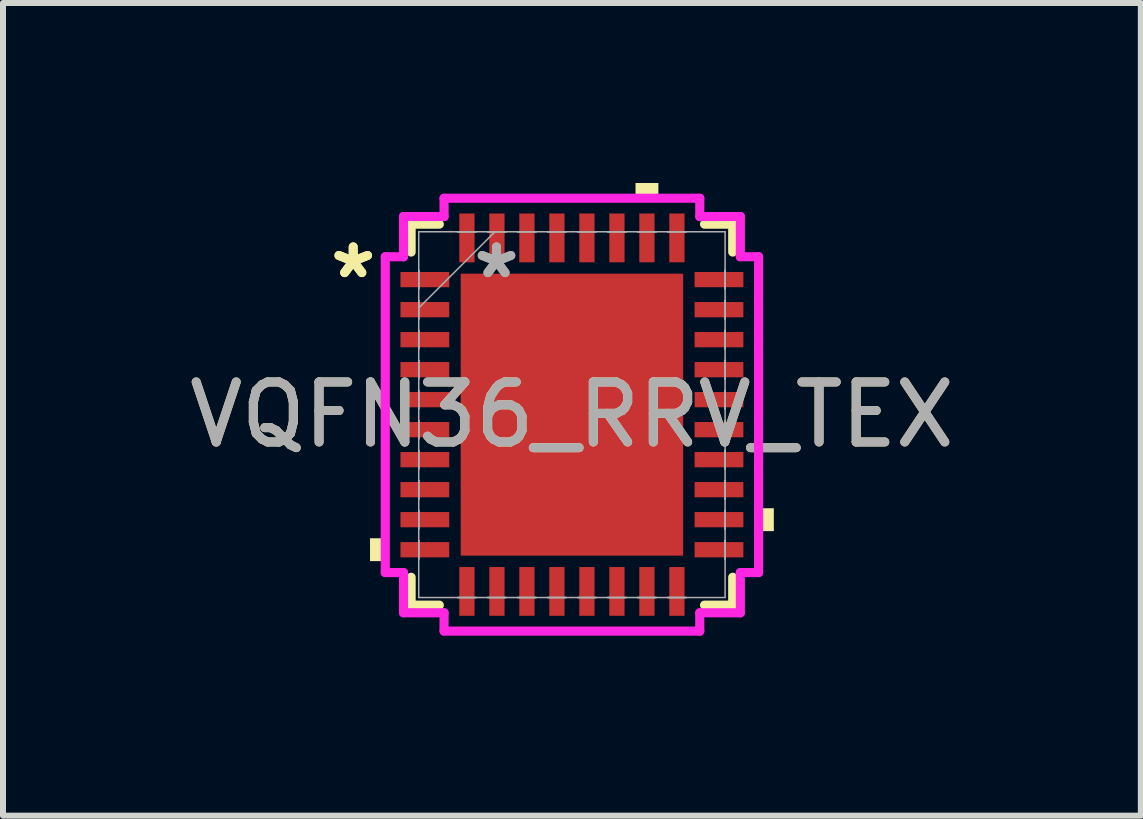
<source format=kicad_pcb>
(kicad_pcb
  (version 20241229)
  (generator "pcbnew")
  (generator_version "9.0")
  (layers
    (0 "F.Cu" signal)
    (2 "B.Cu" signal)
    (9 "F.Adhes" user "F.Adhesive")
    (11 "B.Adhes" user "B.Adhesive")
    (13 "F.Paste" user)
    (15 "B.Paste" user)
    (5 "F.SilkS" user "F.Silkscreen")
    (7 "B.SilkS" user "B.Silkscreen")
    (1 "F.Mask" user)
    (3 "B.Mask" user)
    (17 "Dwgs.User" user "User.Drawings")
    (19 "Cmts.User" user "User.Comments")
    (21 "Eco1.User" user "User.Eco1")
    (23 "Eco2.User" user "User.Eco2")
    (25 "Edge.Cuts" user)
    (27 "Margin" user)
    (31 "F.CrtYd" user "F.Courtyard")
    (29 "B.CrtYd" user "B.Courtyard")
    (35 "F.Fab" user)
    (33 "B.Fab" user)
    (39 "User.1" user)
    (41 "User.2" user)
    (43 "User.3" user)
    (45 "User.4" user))
  (footprint "VQFN36_RRV_TEX"
    (layer "F.Cu")
    (at 6.482 3.861)
    (property "Reference" "VQFN36_RRV_TEX" (at 0 0 0) (unlocked yes) (layer "F.SilkS") (effects (font (size 1 1) (thickness 0.15))))
    (attr smd)
    (fp_line (start -2.68 -3.175) (end -2.68 -2.71) (stroke (width 0.152) (type solid)) (layer "F.SilkS"))
    (fp_line (start -2.68 2.71) (end -2.68 3.175) (stroke (width 0.152) (type solid)) (layer "F.SilkS"))
    (fp_line (start -2.68 3.175) (end -2.21 3.175) (stroke (width 0.152) (type solid)) (layer "F.SilkS"))
    (fp_line (start -2.21 -3.175) (end -2.68 -3.175) (stroke (width 0.152) (type solid)) (layer "F.SilkS"))
    (fp_line (start 2.21 3.175) (end 2.68 3.175) (stroke (width 0.152) (type solid)) (layer "F.SilkS"))
    (fp_line (start 2.68 -3.175) (end 2.21 -3.175) (stroke (width 0.152) (type solid)) (layer "F.SilkS"))
    (fp_line (start 2.68 -2.71) (end 2.68 -3.175) (stroke (width 0.152) (type solid)) (layer "F.SilkS"))
    (fp_line (start 2.68 3.175) (end 2.68 2.71) (stroke (width 0.152) (type solid)) (layer "F.SilkS"))
    (fp_poly (pts (xy -3.365 2.06) (xy -3.365 2.441) (xy -3.111 2.441) (xy -3.111 2.06)) (stroke (width 0) (type solid)) (fill yes) (layer "F.SilkS"))
    (fp_poly (pts (xy 1.06 -3.607) (xy 1.06 -3.861) (xy 1.441 -3.861) (xy 1.441 -3.607)) (stroke (width 0) (type solid)) (fill yes) (layer "F.SilkS"))
    (fp_poly (pts (xy 3.365 1.56) (xy 3.365 1.941) (xy 3.111 1.941) (xy 3.111 1.56)) (stroke (width 0) (type solid)) (fill yes) (layer "F.SilkS"))
    (fp_line (start -3.111 -2.632) (end -2.807 -2.632) (stroke (width 0.152) (type solid)) (layer "F.CrtYd"))
    (fp_line (start -3.111 2.632) (end -3.111 -2.632) (stroke (width 0.152) (type solid)) (layer "F.CrtYd"))
    (fp_line (start -2.807 -3.302) (end -2.131 -3.302) (stroke (width 0.152) (type solid)) (layer "F.CrtYd"))
    (fp_line (start -2.807 -2.632) (end -2.807 -3.302) (stroke (width 0.152) (type solid)) (layer "F.CrtYd"))
    (fp_line (start -2.807 2.632) (end -3.111 2.632) (stroke (width 0.152) (type solid)) (layer "F.CrtYd"))
    (fp_line (start -2.807 3.302) (end -2.807 2.632) (stroke (width 0.152) (type solid)) (layer "F.CrtYd"))
    (fp_line (start -2.131 -3.607) (end 2.131 -3.607) (stroke (width 0.152) (type solid)) (layer "F.CrtYd"))
    (fp_line (start -2.131 -3.302) (end -2.131 -3.607) (stroke (width 0.152) (type solid)) (layer "F.CrtYd"))
    (fp_line (start -2.131 3.302) (end -2.807 3.302) (stroke (width 0.152) (type solid)) (layer "F.CrtYd"))
    (fp_line (start -2.131 3.607) (end -2.131 3.302) (stroke (width 0.152) (type solid)) (layer "F.CrtYd"))
    (fp_line (start 2.131 -3.607) (end 2.131 -3.302) (stroke (width 0.152) (type solid)) (layer "F.CrtYd"))
    (fp_line (start 2.131 -3.302) (end 2.807 -3.302) (stroke (width 0.152) (type solid)) (layer "F.CrtYd"))
    (fp_line (start 2.131 3.302) (end 2.131 3.607) (stroke (width 0.152) (type solid)) (layer "F.CrtYd"))
    (fp_line (start 2.131 3.607) (end -2.131 3.607) (stroke (width 0.152) (type solid)) (layer "F.CrtYd"))
    (fp_line (start 2.807 -3.302) (end 2.807 -2.632) (stroke (width 0.152) (type solid)) (layer "F.CrtYd"))
    (fp_line (start 2.807 -2.632) (end 3.111 -2.632) (stroke (width 0.152) (type solid)) (layer "F.CrtYd"))
    (fp_line (start 2.807 2.632) (end 2.807 3.302) (stroke (width 0.152) (type solid)) (layer "F.CrtYd"))
    (fp_line (start 2.807 3.302) (end 2.131 3.302) (stroke (width 0.152) (type solid)) (layer "F.CrtYd"))
    (fp_line (start 3.111 -2.632) (end 3.111 2.632) (stroke (width 0.152) (type solid)) (layer "F.CrtYd"))
    (fp_line (start 3.111 2.632) (end 2.807 2.632) (stroke (width 0.152) (type solid)) (layer "F.CrtYd"))
    (fp_line (start -2.553 -3.048) (end -2.553 3.048) (stroke (width 0.025) (type solid)) (layer "F.Fab"))
    (fp_line (start -2.553 -2.403) (end -2.553 -2.403) (stroke (width 0.025) (type solid)) (layer "F.Fab"))
    (fp_line (start -2.553 -2.403) (end -2.553 -2.098) (stroke (width 0.025) (type solid)) (layer "F.Fab"))
    (fp_line (start -2.553 -2.098) (end -2.553 -2.403) (stroke (width 0.025) (type solid)) (layer "F.Fab"))
    (fp_line (start -2.553 -2.098) (end -2.553 -2.098) (stroke (width 0.025) (type solid)) (layer "F.Fab"))
    (fp_line (start -2.553 -1.903) (end -2.553 -1.903) (stroke (width 0.025) (type solid)) (layer "F.Fab"))
    (fp_line (start -2.553 -1.903) (end -2.553 -1.598) (stroke (width 0.025) (type solid)) (layer "F.Fab"))
    (fp_line (start -2.553 -1.778) (end -1.283 -3.048) (stroke (width 0.025) (type solid)) (layer "F.Fab"))
    (fp_line (start -2.553 -1.598) (end -2.553 -1.903) (stroke (width 0.025) (type solid)) (layer "F.Fab"))
    (fp_line (start -2.553 -1.598) (end -2.553 -1.598) (stroke (width 0.025) (type solid)) (layer "F.Fab"))
    (fp_line (start -2.553 -1.403) (end -2.553 -1.403) (stroke (width 0.025) (type solid)) (layer "F.Fab"))
    (fp_line (start -2.553 -1.403) (end -2.553 -1.098) (stroke (width 0.025) (type solid)) (layer "F.Fab"))
    (fp_line (start -2.553 -1.098) (end -2.553 -1.403) (stroke (width 0.025) (type solid)) (layer "F.Fab"))
    (fp_line (start -2.553 -1.098) (end -2.553 -1.098) (stroke (width 0.025) (type solid)) (layer "F.Fab"))
    (fp_line (start -2.553 -0.903) (end -2.553 -0.903) (stroke (width 0.025) (type solid)) (layer "F.Fab"))
    (fp_line (start -2.553 -0.903) (end -2.553 -0.598) (stroke (width 0.025) (type solid)) (layer "F.Fab"))
    (fp_line (start -2.553 -0.598) (end -2.553 -0.903) (stroke (width 0.025) (type solid)) (layer "F.Fab"))
    (fp_line (start -2.553 -0.598) (end -2.553 -0.598) (stroke (width 0.025) (type solid)) (layer "F.Fab"))
    (fp_line (start -2.553 -0.402) (end -2.553 -0.402) (stroke (width 0.025) (type solid)) (layer "F.Fab"))
    (fp_line (start -2.553 -0.402) (end -2.553 -0.098) (stroke (width 0.025) (type solid)) (layer "F.Fab"))
    (fp_line (start -2.553 -0.098) (end -2.553 -0.402) (stroke (width 0.025) (type solid)) (layer "F.Fab"))
    (fp_line (start -2.553 -0.098) (end -2.553 -0.098) (stroke (width 0.025) (type solid)) (layer "F.Fab"))
    (fp_line (start -2.553 0.098) (end -2.553 0.098) (stroke (width 0.025) (type solid)) (layer "F.Fab"))
    (fp_line (start -2.553 0.098) (end -2.553 0.402) (stroke (width 0.025) (type solid)) (layer "F.Fab"))
    (fp_line (start -2.553 0.402) (end -2.553 0.098) (stroke (width 0.025) (type solid)) (layer "F.Fab"))
    (fp_line (start -2.553 0.402) (end -2.553 0.402) (stroke (width 0.025) (type solid)) (layer "F.Fab"))
    (fp_line (start -2.553 0.598) (end -2.553 0.598) (stroke (width 0.025) (type solid)) (layer "F.Fab"))
    (fp_line (start -2.553 0.598) (end -2.553 0.903) (stroke (width 0.025) (type solid)) (layer "F.Fab"))
    (fp_line (start -2.553 0.903) (end -2.553 0.598) (stroke (width 0.025) (type solid)) (layer "F.Fab"))
    (fp_line (start -2.553 0.903) (end -2.553 0.903) (stroke (width 0.025) (type solid)) (layer "F.Fab"))
    (fp_line (start -2.553 1.098) (end -2.553 1.098) (stroke (width 0.025) (type solid)) (layer "F.Fab"))
    (fp_line (start -2.553 1.098) (end -2.553 1.403) (stroke (width 0.025) (type solid)) (layer "F.Fab"))
    (fp_line (start -2.553 1.403) (end -2.553 1.098) (stroke (width 0.025) (type solid)) (layer "F.Fab"))
    (fp_line (start -2.553 1.403) (end -2.553 1.403) (stroke (width 0.025) (type solid)) (layer "F.Fab"))
    (fp_line (start -2.553 1.598) (end -2.553 1.598) (stroke (width 0.025) (type solid)) (layer "F.Fab"))
    (fp_line (start -2.553 1.598) (end -2.553 1.903) (stroke (width 0.025) (type solid)) (layer "F.Fab"))
    (fp_line (start -2.553 1.903) (end -2.553 1.598) (stroke (width 0.025) (type solid)) (layer "F.Fab"))
    (fp_line (start -2.553 1.903) (end -2.553 1.903) (stroke (width 0.025) (type solid)) (layer "F.Fab"))
    (fp_line (start -2.553 2.098) (end -2.553 2.098) (stroke (width 0.025) (type solid)) (layer "F.Fab"))
    (fp_line (start -2.553 2.098) (end -2.553 2.403) (stroke (width 0.025) (type solid)) (layer "F.Fab"))
    (fp_line (start -2.553 2.403) (end -2.553 2.098) (stroke (width 0.025) (type solid)) (layer "F.Fab"))
    (fp_line (start -2.553 2.403) (end -2.553 2.403) (stroke (width 0.025) (type solid)) (layer "F.Fab"))
    (fp_line (start -2.553 3.048) (end 2.553 3.048) (stroke (width 0.025) (type solid)) (layer "F.Fab"))
    (fp_line (start -1.903 -3.048) (end -1.903 -3.048) (stroke (width 0.025) (type solid)) (layer "F.Fab"))
    (fp_line (start -1.903 -3.048) (end -1.598 -3.048) (stroke (width 0.025) (type solid)) (layer "F.Fab"))
    (fp_line (start -1.903 3.048) (end -1.903 3.048) (stroke (width 0.025) (type solid)) (layer "F.Fab"))
    (fp_line (start -1.903 3.048) (end -1.598 3.048) (stroke (width 0.025) (type solid)) (layer "F.Fab"))
    (fp_line (start -1.598 -3.048) (end -1.903 -3.048) (stroke (width 0.025) (type solid)) (layer "F.Fab"))
    (fp_line (start -1.598 -3.048) (end -1.598 -3.048) (stroke (width 0.025) (type solid)) (layer "F.Fab"))
    (fp_line (start -1.598 3.048) (end -1.903 3.048) (stroke (width 0.025) (type solid)) (layer "F.Fab"))
    (fp_line (start -1.598 3.048) (end -1.598 3.048) (stroke (width 0.025) (type solid)) (layer "F.Fab"))
    (fp_line (start -1.403 -3.048) (end -1.403 -3.048) (stroke (width 0.025) (type solid)) (layer "F.Fab"))
    (fp_line (start -1.403 -3.048) (end -1.098 -3.048) (stroke (width 0.025) (type solid)) (layer "F.Fab"))
    (fp_line (start -1.403 3.048) (end -1.403 3.048) (stroke (width 0.025) (type solid)) (layer "F.Fab"))
    (fp_line (start -1.403 3.048) (end -1.098 3.048) (stroke (width 0.025) (type solid)) (layer "F.Fab"))
    (fp_line (start -1.098 -3.048) (end -1.403 -3.048) (stroke (width 0.025) (type solid)) (layer "F.Fab"))
    (fp_line (start -1.098 -3.048) (end -1.098 -3.048) (stroke (width 0.025) (type solid)) (layer "F.Fab"))
    (fp_line (start -1.098 3.048) (end -1.403 3.048) (stroke (width 0.025) (type solid)) (layer "F.Fab"))
    (fp_line (start -1.098 3.048) (end -1.098 3.048) (stroke (width 0.025) (type solid)) (layer "F.Fab"))
    (fp_line (start -0.903 -3.048) (end -0.903 -3.048) (stroke (width 0.025) (type solid)) (layer "F.Fab"))
    (fp_line (start -0.903 -3.048) (end -0.598 -3.048) (stroke (width 0.025) (type solid)) (layer "F.Fab"))
    (fp_line (start -0.903 3.048) (end -0.903 3.048) (stroke (width 0.025) (type solid)) (layer "F.Fab"))
    (fp_line (start -0.903 3.048) (end -0.598 3.048) (stroke (width 0.025) (type solid)) (layer "F.Fab"))
    (fp_line (start -0.598 -3.048) (end -0.903 -3.048) (stroke (width 0.025) (type solid)) (layer "F.Fab"))
    (fp_line (start -0.598 -3.048) (end -0.598 -3.048) (stroke (width 0.025) (type solid)) (layer "F.Fab"))
    (fp_line (start -0.598 3.048) (end -0.903 3.048) (stroke (width 0.025) (type solid)) (layer "F.Fab"))
    (fp_line (start -0.598 3.048) (end -0.598 3.048) (stroke (width 0.025) (type solid)) (layer "F.Fab"))
    (fp_line (start -0.402 -3.048) (end -0.402 -3.048) (stroke (width 0.025) (type solid)) (layer "F.Fab"))
    (fp_line (start -0.402 -3.048) (end -0.098 -3.048) (stroke (width 0.025) (type solid)) (layer "F.Fab"))
    (fp_line (start -0.402 3.048) (end -0.402 3.048) (stroke (width 0.025) (type solid)) (layer "F.Fab"))
    (fp_line (start -0.402 3.048) (end -0.098 3.048) (stroke (width 0.025) (type solid)) (layer "F.Fab"))
    (fp_line (start -0.098 -3.048) (end -0.402 -3.048) (stroke (width 0.025) (type solid)) (layer "F.Fab"))
    (fp_line (start -0.098 -3.048) (end -0.098 -3.048) (stroke (width 0.025) (type solid)) (layer "F.Fab"))
    (fp_line (start -0.098 3.048) (end -0.402 3.048) (stroke (width 0.025) (type solid)) (layer "F.Fab"))
    (fp_line (start -0.098 3.048) (end -0.098 3.048) (stroke (width 0.025) (type solid)) (layer "F.Fab"))
    (fp_line (start 0.098 -3.048) (end 0.098 -3.048) (stroke (width 0.025) (type solid)) (layer "F.Fab"))
    (fp_line (start 0.098 -3.048) (end 0.402 -3.048) (stroke (width 0.025) (type solid)) (layer "F.Fab"))
    (fp_line (start 0.098 3.048) (end 0.098 3.048) (stroke (width 0.025) (type solid)) (layer "F.Fab"))
    (fp_line (start 0.098 3.048) (end 0.402 3.048) (stroke (width 0.025) (type solid)) (layer "F.Fab"))
    (fp_line (start 0.402 -3.048) (end 0.098 -3.048) (stroke (width 0.025) (type solid)) (layer "F.Fab"))
    (fp_line (start 0.402 -3.048) (end 0.402 -3.048) (stroke (width 0.025) (type solid)) (layer "F.Fab"))
    (fp_line (start 0.402 3.048) (end 0.098 3.048) (stroke (width 0.025) (type solid)) (layer "F.Fab"))
    (fp_line (start 0.402 3.048) (end 0.402 3.048) (stroke (width 0.025) (type solid)) (layer "F.Fab"))
    (fp_line (start 0.598 -3.048) (end 0.598 -3.048) (stroke (width 0.025) (type solid)) (layer "F.Fab"))
    (fp_line (start 0.598 -3.048) (end 0.903 -3.048) (stroke (width 0.025) (type solid)) (layer "F.Fab"))
    (fp_line (start 0.598 3.048) (end 0.598 3.048) (stroke (width 0.025) (type solid)) (layer "F.Fab"))
    (fp_line (start 0.598 3.048) (end 0.903 3.048) (stroke (width 0.025) (type solid)) (layer "F.Fab"))
    (fp_line (start 0.903 -3.048) (end 0.598 -3.048) (stroke (width 0.025) (type solid)) (layer "F.Fab"))
    (fp_line (start 0.903 -3.048) (end 0.903 -3.048) (stroke (width 0.025) (type solid)) (layer "F.Fab"))
    (fp_line (start 0.903 3.048) (end 0.598 3.048) (stroke (width 0.025) (type solid)) (layer "F.Fab"))
    (fp_line (start 0.903 3.048) (end 0.903 3.048) (stroke (width 0.025) (type solid)) (layer "F.Fab"))
    (fp_line (start 1.098 -3.048) (end 1.098 -3.048) (stroke (width 0.025) (type solid)) (layer "F.Fab"))
    (fp_line (start 1.098 -3.048) (end 1.403 -3.048) (stroke (width 0.025) (type solid)) (layer "F.Fab"))
    (fp_line (start 1.098 3.048) (end 1.098 3.048) (stroke (width 0.025) (type solid)) (layer "F.Fab"))
    (fp_line (start 1.098 3.048) (end 1.403 3.048) (stroke (width 0.025) (type solid)) (layer "F.Fab"))
    (fp_line (start 1.403 -3.048) (end 1.098 -3.048) (stroke (width 0.025) (type solid)) (layer "F.Fab"))
    (fp_line (start 1.403 -3.048) (end 1.403 -3.048) (stroke (width 0.025) (type solid)) (layer "F.Fab"))
    (fp_line (start 1.403 3.048) (end 1.098 3.048) (stroke (width 0.025) (type solid)) (layer "F.Fab"))
    (fp_line (start 1.403 3.048) (end 1.403 3.048) (stroke (width 0.025) (type solid)) (layer "F.Fab"))
    (fp_line (start 1.598 -3.048) (end 1.598 -3.048) (stroke (width 0.025) (type solid)) (layer "F.Fab"))
    (fp_line (start 1.598 -3.048) (end 1.903 -3.048) (stroke (width 0.025) (type solid)) (layer "F.Fab"))
    (fp_line (start 1.598 3.048) (end 1.598 3.048) (stroke (width 0.025) (type solid)) (layer "F.Fab"))
    (fp_line (start 1.598 3.048) (end 1.903 3.048) (stroke (width 0.025) (type solid)) (layer "F.Fab"))
    (fp_line (start 1.903 -3.048) (end 1.598 -3.048) (stroke (width 0.025) (type solid)) (layer "F.Fab"))
    (fp_line (start 1.903 -3.048) (end 1.903 -3.048) (stroke (width 0.025) (type solid)) (layer "F.Fab"))
    (fp_line (start 1.903 3.048) (end 1.598 3.048) (stroke (width 0.025) (type solid)) (layer "F.Fab"))
    (fp_line (start 1.903 3.048) (end 1.903 3.048) (stroke (width 0.025) (type solid)) (layer "F.Fab"))
    (fp_line (start 2.553 -3.048) (end -2.553 -3.048) (stroke (width 0.025) (type solid)) (layer "F.Fab"))
    (fp_line (start 2.553 -2.403) (end 2.553 -2.403) (stroke (width 0.025) (type solid)) (layer "F.Fab"))
    (fp_line (start 2.553 -2.403) (end 2.553 -2.098) (stroke (width 0.025) (type solid)) (layer "F.Fab"))
    (fp_line (start 2.553 -2.098) (end 2.553 -2.403) (stroke (width 0.025) (type solid)) (layer "F.Fab"))
    (fp_line (start 2.553 -2.098) (end 2.553 -2.098) (stroke (width 0.025) (type solid)) (layer "F.Fab"))
    (fp_line (start 2.553 -1.903) (end 2.553 -1.903) (stroke (width 0.025) (type solid)) (layer "F.Fab"))
    (fp_line (start 2.553 -1.903) (end 2.553 -1.598) (stroke (width 0.025) (type solid)) (layer "F.Fab"))
    (fp_line (start 2.553 -1.598) (end 2.553 -1.903) (stroke (width 0.025) (type solid)) (layer "F.Fab"))
    (fp_line (start 2.553 -1.598) (end 2.553 -1.598) (stroke (width 0.025) (type solid)) (layer "F.Fab"))
    (fp_line (start 2.553 -1.403) (end 2.553 -1.403) (stroke (width 0.025) (type solid)) (layer "F.Fab"))
    (fp_line (start 2.553 -1.403) (end 2.553 -1.098) (stroke (width 0.025) (type solid)) (layer "F.Fab"))
    (fp_line (start 2.553 -1.098) (end 2.553 -1.403) (stroke (width 0.025) (type solid)) (layer "F.Fab"))
    (fp_line (start 2.553 -1.098) (end 2.553 -1.098) (stroke (width 0.025) (type solid)) (layer "F.Fab"))
    (fp_line (start 2.553 -0.903) (end 2.553 -0.903) (stroke (width 0.025) (type solid)) (layer "F.Fab"))
    (fp_line (start 2.553 -0.903) (end 2.553 -0.598) (stroke (width 0.025) (type solid)) (layer "F.Fab"))
    (fp_line (start 2.553 -0.598) (end 2.553 -0.903) (stroke (width 0.025) (type solid)) (layer "F.Fab"))
    (fp_line (start 2.553 -0.598) (end 2.553 -0.598) (stroke (width 0.025) (type solid)) (layer "F.Fab"))
    (fp_line (start 2.553 -0.402) (end 2.553 -0.402) (stroke (width 0.025) (type solid)) (layer "F.Fab"))
    (fp_line (start 2.553 -0.402) (end 2.553 -0.098) (stroke (width 0.025) (type solid)) (layer "F.Fab"))
    (fp_line (start 2.553 -0.098) (end 2.553 -0.402) (stroke (width 0.025) (type solid)) (layer "F.Fab"))
    (fp_line (start 2.553 -0.098) (end 2.553 -0.098) (stroke (width 0.025) (type solid)) (layer "F.Fab"))
    (fp_line (start 2.553 0.098) (end 2.553 0.098) (stroke (width 0.025) (type solid)) (layer "F.Fab"))
    (fp_line (start 2.553 0.098) (end 2.553 0.402) (stroke (width 0.025) (type solid)) (layer "F.Fab"))
    (fp_line (start 2.553 0.402) (end 2.553 0.098) (stroke (width 0.025) (type solid)) (layer "F.Fab"))
    (fp_line (start 2.553 0.402) (end 2.553 0.402) (stroke (width 0.025) (type solid)) (layer "F.Fab"))
    (fp_line (start 2.553 0.598) (end 2.553 0.598) (stroke (width 0.025) (type solid)) (layer "F.Fab"))
    (fp_line (start 2.553 0.598) (end 2.553 0.903) (stroke (width 0.025) (type solid)) (layer "F.Fab"))
    (fp_line (start 2.553 0.903) (end 2.553 0.598) (stroke (width 0.025) (type solid)) (layer "F.Fab"))
    (fp_line (start 2.553 0.903) (end 2.553 0.903) (stroke (width 0.025) (type solid)) (layer "F.Fab"))
    (fp_line (start 2.553 1.098) (end 2.553 1.098) (stroke (width 0.025) (type solid)) (layer "F.Fab"))
    (fp_line (start 2.553 1.098) (end 2.553 1.403) (stroke (width 0.025) (type solid)) (layer "F.Fab"))
    (fp_line (start 2.553 1.403) (end 2.553 1.098) (stroke (width 0.025) (type solid)) (layer "F.Fab"))
    (fp_line (start 2.553 1.403) (end 2.553 1.403) (stroke (width 0.025) (type solid)) (layer "F.Fab"))
    (fp_line (start 2.553 1.598) (end 2.553 1.598) (stroke (width 0.025) (type solid)) (layer "F.Fab"))
    (fp_line (start 2.553 1.598) (end 2.553 1.903) (stroke (width 0.025) (type solid)) (layer "F.Fab"))
    (fp_line (start 2.553 1.903) (end 2.553 1.598) (stroke (width 0.025) (type solid)) (layer "F.Fab"))
    (fp_line (start 2.553 1.903) (end 2.553 1.903) (stroke (width 0.025) (type solid)) (layer "F.Fab"))
    (fp_line (start 2.553 2.098) (end 2.553 2.098) (stroke (width 0.025) (type solid)) (layer "F.Fab"))
    (fp_line (start 2.553 2.098) (end 2.553 2.403) (stroke (width 0.025) (type solid)) (layer "F.Fab"))
    (fp_line (start 2.553 2.403) (end 2.553 2.098) (stroke (width 0.025) (type solid)) (layer "F.Fab"))
    (fp_line (start 2.553 2.403) (end 2.553 2.403) (stroke (width 0.025) (type solid)) (layer "F.Fab"))
    (fp_line (start 2.553 3.048) (end 2.553 -3.048) (stroke (width 0.025) (type solid)) (layer "F.Fab"))
    (fp_text user "*" (at -3.645 -2.251 0) (layer "F.SilkS") (effects (font (size 1 1) (thickness 0.15))))
    (fp_text user "*" (at -3.645 -2.251 0) (unlocked yes) (layer "F.SilkS") (effects (font (size 1 1) (thickness 0.15))))
    (fp_text user "*" (at -1.257 -2.251 0) (layer "F.Fab") (effects (font (size 1 1) (thickness 0.15))))
    (fp_text user "${REFERENCE}" (at 0 0 0) (unlocked yes) (layer "F.Fab") (effects (font (size 1 1) (thickness 0.15))))
    (fp_text user "*" (at -1.257 -2.251 0) (unlocked yes) (layer "F.Fab") (effects (font (size 1 1) (thickness 0.15))))
    (pad "1" smd rect (at -2.451 -2.251 90) (size 0.254 0.813) (layers "F.Cu" "F.Mask" "F.Paste"))
    (pad "2" smd rect (at -2.451 -1.75 90) (size 0.254 0.813) (layers "F.Cu" "F.Mask" "F.Paste"))
    (pad "3" smd rect (at -2.451 -1.25 90) (size 0.254 0.813) (layers "F.Cu" "F.Mask" "F.Paste"))
    (pad "4" smd rect (at -2.451 -0.75 90) (size 0.254 0.813) (layers "F.Cu" "F.Mask" "F.Paste"))
    (pad "5" smd rect (at -2.451 -0.25 90) (size 0.254 0.813) (layers "F.Cu" "F.Mask" "F.Paste"))
    (pad "6" smd rect (at -2.451 0.25 90) (size 0.254 0.813) (layers "F.Cu" "F.Mask" "F.Paste"))
    (pad "7" smd rect (at -2.451 0.75 90) (size 0.254 0.813) (layers "F.Cu" "F.Mask" "F.Paste"))
    (pad "8" smd rect (at -2.451 1.25 90) (size 0.254 0.813) (layers "F.Cu" "F.Mask" "F.Paste"))
    (pad "9" smd rect (at -2.451 1.75 90) (size 0.254 0.813) (layers "F.Cu" "F.Mask" "F.Paste"))
    (pad "10" smd rect (at -2.451 2.251 90) (size 0.254 0.813) (layers "F.Cu" "F.Mask" "F.Paste"))
    (pad "11" smd rect (at -1.75 2.946) (size 0.254 0.813) (layers "F.Cu" "F.Mask" "F.Paste"))
    (pad "12" smd rect (at -1.25 2.946) (size 0.254 0.813) (layers "F.Cu" "F.Mask" "F.Paste"))
    (pad "13" smd rect (at -0.75 2.946) (size 0.254 0.813) (layers "F.Cu" "F.Mask" "F.Paste"))
    (pad "14" smd rect (at -0.25 2.946) (size 0.254 0.813) (layers "F.Cu" "F.Mask" "F.Paste"))
    (pad "15" smd rect (at 0.25 2.946) (size 0.254 0.813) (layers "F.Cu" "F.Mask" "F.Paste"))
    (pad "16" smd rect (at 0.75 2.946) (size 0.254 0.813) (layers "F.Cu" "F.Mask" "F.Paste"))
    (pad "17" smd rect (at 1.25 2.946) (size 0.254 0.813) (layers "F.Cu" "F.Mask" "F.Paste"))
    (pad "18" smd rect (at 1.75 2.946) (size 0.254 0.813) (layers "F.Cu" "F.Mask" "F.Paste"))
    (pad "19" smd rect (at 2.451 2.251 90) (size 0.254 0.813) (layers "F.Cu" "F.Mask" "F.Paste"))
    (pad "20" smd rect (at 2.451 1.75 90) (size 0.254 0.813) (layers "F.Cu" "F.Mask" "F.Paste"))
    (pad "21" smd rect (at 2.451 1.25 90) (size 0.254 0.813) (layers "F.Cu" "F.Mask" "F.Paste"))
    (pad "22" smd rect (at 2.451 0.75 90) (size 0.254 0.813) (layers "F.Cu" "F.Mask" "F.Paste"))
    (pad "23" smd rect (at 2.451 0.25 90) (size 0.254 0.813) (layers "F.Cu" "F.Mask" "F.Paste"))
    (pad "24" smd rect (at 2.451 -0.25 90) (size 0.254 0.813) (layers "F.Cu" "F.Mask" "F.Paste"))
    (pad "25" smd rect (at 2.451 -0.75 90) (size 0.254 0.813) (layers "F.Cu" "F.Mask" "F.Paste"))
    (pad "26" smd rect (at 2.451 -1.25 90) (size 0.254 0.813) (layers "F.Cu" "F.Mask" "F.Paste"))
    (pad "27" smd rect (at 2.451 -1.75 90) (size 0.254 0.813) (layers "F.Cu" "F.Mask" "F.Paste"))
    (pad "28" smd rect (at 2.451 -2.251 90) (size 0.254 0.813) (layers "F.Cu" "F.Mask" "F.Paste"))
    (pad "29" smd rect (at 1.75 -2.946) (size 0.254 0.813) (layers "F.Cu" "F.Mask" "F.Paste"))
    (pad "30" smd rect (at 1.25 -2.946) (size 0.254 0.813) (layers "F.Cu" "F.Mask" "F.Paste"))
    (pad "31" smd rect (at 0.75 -2.946) (size 0.254 0.813) (layers "F.Cu" "F.Mask" "F.Paste"))
    (pad "32" smd rect (at 0.25 -2.946) (size 0.254 0.813) (layers "F.Cu" "F.Mask" "F.Paste"))
    (pad "33" smd rect (at -0.25 -2.946) (size 0.254 0.813) (layers "F.Cu" "F.Mask" "F.Paste"))
    (pad "34" smd rect (at -0.75 -2.946) (size 0.254 0.813) (layers "F.Cu" "F.Mask" "F.Paste"))
    (pad "35" smd rect (at -1.25 -2.946) (size 0.254 0.813) (layers "F.Cu" "F.Mask" "F.Paste"))
    (pad "36" smd rect (at -1.75 -2.946) (size 0.254 0.813) (layers "F.Cu" "F.Mask" "F.Paste"))
    (pad "37" smd rect (at 0 0) (size 3.708 4.699) (layers "F.Cu" "F.Mask" "F.Paste")))
  (gr_rect
    (start -3 -3)
    (end 15.964 10.544)
    (stroke (width 0.1) (type default))
    (fill no)
    (layer "Edge.Cuts")))
</source>
